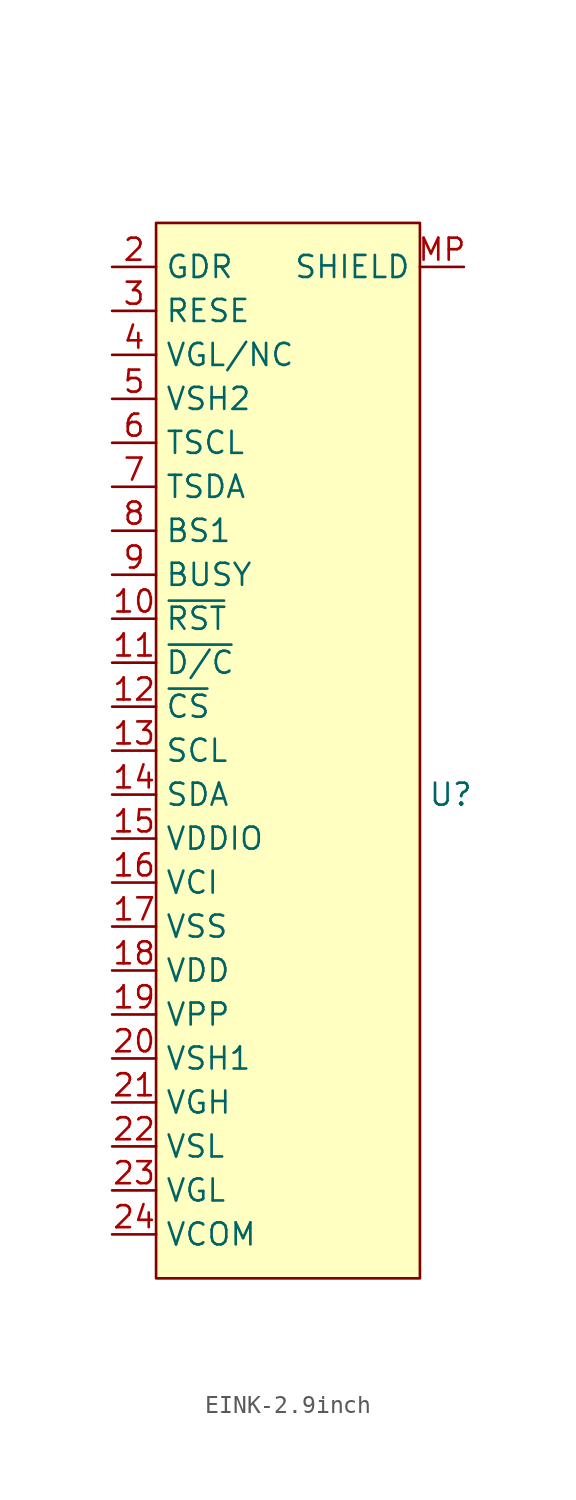
<source format=kicad_sym>
(kicad_symbol_lib
  (version 20241209)
  (generator "kicad_symbol_editor")
  (generator_version "9.0")
  (symbol "EINK-2.9inch"
    (property "Reference" "U"
      (at 8.128 0 0)
      (effects (font (size 1.27 1.27))))
    (property "Value" ""
      (at 0 0 0)
      (effects (font (size 1.27 1.27))))
    (symbol "EINK-2.9inch_1_1"
      (rectangle (start -8.89 33.02) (end 6.35 -27.94) (stroke (width 0) (type solid)) (fill (type background)))
      (pin input line (at -11.43 30.48 0) (length 2.54) (name "GDR" (effects (font (size 1.27 1.27)))) (number "2" (effects (font (size 1.27 1.27)))))
      (pin input line (at -11.43 27.94 0) (length 2.54) (name "RESE" (effects (font (size 1.27 1.27)))) (number "3" (effects (font (size 1.27 1.27)))))
      (pin input line (at -11.43 25.4 0) (length 2.54) (name "VGL/NC" (effects (font (size 1.27 1.27)))) (number "4" (effects (font (size 1.27 1.27)))))
      (pin input line (at -11.43 22.86 0) (length 2.54) (name "VSH2" (effects (font (size 1.27 1.27)))) (number "5" (effects (font (size 1.27 1.27)))))
      (pin input line (at -11.43 20.32 0) (length 2.54) (name "TSCL" (effects (font (size 1.27 1.27)))) (number "6" (effects (font (size 1.27 1.27)))))
      (pin input line (at -11.43 17.78 0) (length 2.54) (name "TSDA" (effects (font (size 1.27 1.27)))) (number "7" (effects (font (size 1.27 1.27)))))
      (pin input line (at -11.43 15.24 0) (length 2.54) (name "BS1" (effects (font (size 1.27 1.27)))) (number "8" (effects (font (size 1.27 1.27)))))
      (pin input line (at -11.43 12.7 0) (length 2.54) (name "BUSY" (effects (font (size 1.27 1.27)))) (number "9" (effects (font (size 1.27 1.27)))))
      (pin input line (at -11.43 10.16 0) (length 2.54) (name "~{RST}" (effects (font (size 1.27 1.27)))) (number "10" (effects (font (size 1.27 1.27)))))
      (pin input line (at -11.43 7.62 0) (length 2.54) (name "~{D/C}" (effects (font (size 1.27 1.27)))) (number "11" (effects (font (size 1.27 1.27)))))
      (pin input line (at -11.43 5.08 0) (length 2.54) (name "~{CS}" (effects (font (size 1.27 1.27)))) (number "12" (effects (font (size 1.27 1.27)))))
      (pin input line (at -11.43 2.54 0) (length 2.54) (name "SCL" (effects (font (size 1.27 1.27)))) (number "13" (effects (font (size 1.27 1.27)))))
      (pin input line (at -11.43 0 0) (length 2.54) (name "SDA" (effects (font (size 1.27 1.27)))) (number "14" (effects (font (size 1.27 1.27)))))
      (pin input line (at -11.43 -2.54 0) (length 2.54) (name "VDDIO" (effects (font (size 1.27 1.27)))) (number "15" (effects (font (size 1.27 1.27)))))
      (pin input line (at -11.43 -5.08 0) (length 2.54) (name "VCI" (effects (font (size 1.27 1.27)))) (number "16" (effects (font (size 1.27 1.27)))))
      (pin input line (at -11.43 -7.62 0) (length 2.54) (name "VSS" (effects (font (size 1.27 1.27)))) (number "17" (effects (font (size 1.27 1.27)))))
      (pin input line (at -11.43 -10.16 0) (length 2.54) (name "VDD" (effects (font (size 1.27 1.27)))) (number "18" (effects (font (size 1.27 1.27)))))
      (pin input line (at -11.43 -12.7 0) (length 2.54) (name "VPP" (effects (font (size 1.27 1.27)))) (number "19" (effects (font (size 1.27 1.27)))))
      (pin input line (at -11.43 -15.24 0) (length 2.54) (name "VSH1" (effects (font (size 1.27 1.27)))) (number "20" (effects (font (size 1.27 1.27)))))
      (pin input line (at -11.43 -17.78 0) (length 2.54) (name "VGH" (effects (font (size 1.27 1.27)))) (number "21" (effects (font (size 1.27 1.27)))))
      (pin input line (at -11.43 -20.32 0) (length 2.54) (name "VSL" (effects (font (size 1.27 1.27)))) (number "22" (effects (font (size 1.27 1.27)))))
      (pin input line (at -11.43 -22.86 0) (length 2.54) (name "VGL" (effects (font (size 1.27 1.27)))) (number "23" (effects (font (size 1.27 1.27)))))
      (pin input line (at -11.43 -25.4 0) (length 2.54) (name "VCOM" (effects (font (size 1.27 1.27)))) (number "24" (effects (font (size 1.27 1.27)))))
      (pin no_connect line (at -2.54 35.56 270) (length 2.54) (hide yes) (name "NC" (effects (font (size 1.27 1.27)))) (number "1" (effects (font (size 1.27 1.27)))))
      (pin output line (at 8.89 30.48 180) (length 2.54) (name "SHIELD" (effects (font (size 1.27 1.27)))) (number "MP" (effects (font (size 1.27 1.27))))))))
</source>
